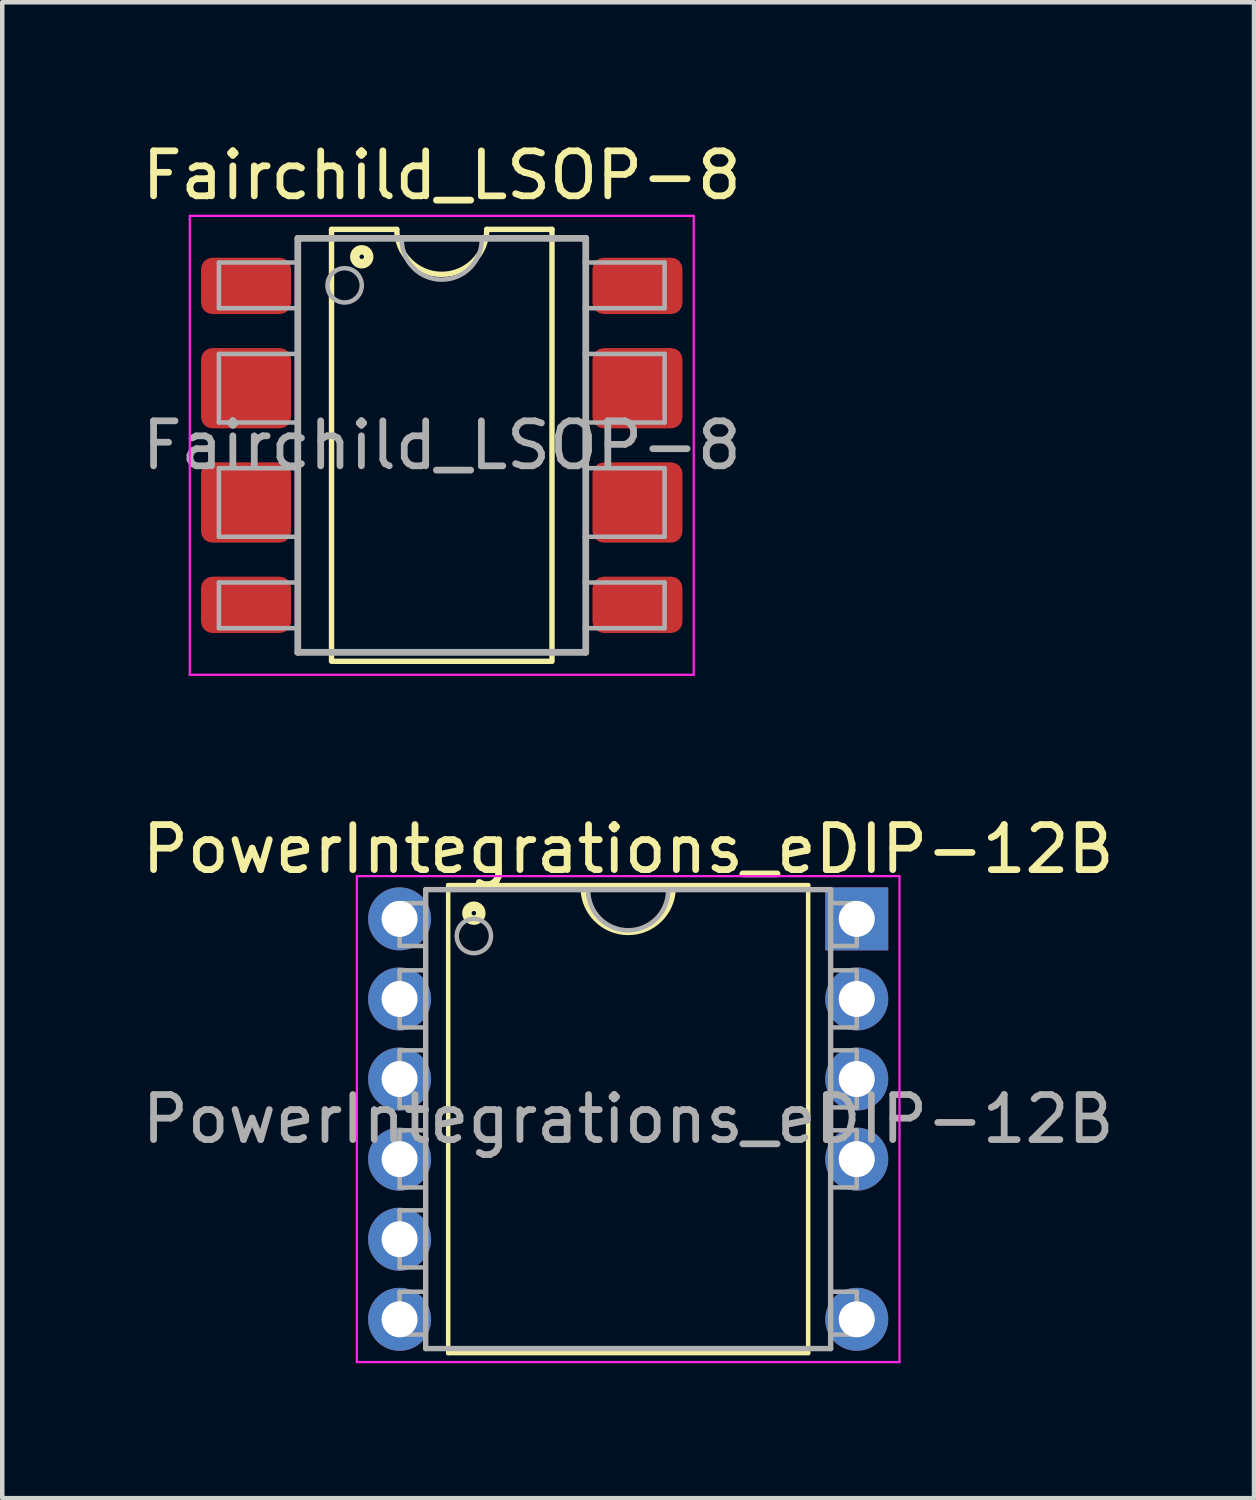
<source format=kicad_pcb>
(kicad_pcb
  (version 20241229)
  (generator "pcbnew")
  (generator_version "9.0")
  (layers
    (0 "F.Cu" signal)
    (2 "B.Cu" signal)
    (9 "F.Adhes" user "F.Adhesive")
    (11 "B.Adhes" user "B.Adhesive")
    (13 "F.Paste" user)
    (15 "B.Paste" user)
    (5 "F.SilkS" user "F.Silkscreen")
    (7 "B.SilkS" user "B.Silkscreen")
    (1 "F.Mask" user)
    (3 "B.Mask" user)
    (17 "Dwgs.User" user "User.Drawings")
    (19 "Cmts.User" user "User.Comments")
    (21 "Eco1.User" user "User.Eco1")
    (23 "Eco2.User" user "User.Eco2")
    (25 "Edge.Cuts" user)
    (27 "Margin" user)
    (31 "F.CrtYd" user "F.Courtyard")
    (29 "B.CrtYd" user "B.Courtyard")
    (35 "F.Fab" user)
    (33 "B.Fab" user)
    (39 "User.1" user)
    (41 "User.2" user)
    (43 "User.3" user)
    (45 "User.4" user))
  (footprint "Fairchild_LSOP-8"
    (layer "F.Cu")
    (at 6.768 6.848)
    (property "Reference" "Fairchild_LSOP-8" (at 0 -6 0) (layer "F.SilkS") (effects (font (size 1 1) (thickness 0.15))))
    (attr smd)
    (fp_line (start -2.45 -4.8) (end -2.45 4.8) (stroke (width 0.12) (type solid)) (layer "F.SilkS"))
    (fp_line (start -2.4 4.8) (end 2.4 4.8) (stroke (width 0.12) (type solid)) (layer "F.SilkS"))
    (fp_line (start -1 -4.8) (end -2.45 -4.8) (stroke (width 0.12) (type solid)) (layer "F.SilkS"))
    (fp_line (start 2.45 -4.8) (end 1 -4.8) (stroke (width 0.12) (type solid)) (layer "F.SilkS"))
    (fp_line (start 2.45 4.8) (end 2.45 -4.8) (stroke (width 0.12) (type solid)) (layer "F.SilkS"))
    (fp_arc (start 1 -4.8) (mid 0 -3.8) (end -1 -4.8) (stroke (width 0.12) (type solid)) (layer "F.SilkS"))
    (fp_circle (center -1.778 -4.191) (end -1.728 -4.191) (stroke (width 0.12) (type solid)) (fill no) (layer "F.SilkS"))
    (fp_circle (center -1.778 -4.191) (end -1.653 -4.191) (stroke (width 0.12) (type solid)) (fill no) (layer "F.SilkS"))
    (fp_circle (center -1.778 -4.191) (end -1.578 -4.191) (stroke (width 0.12) (type solid)) (fill no) (layer "F.SilkS"))
    (fp_line (start -5.6 -5.1) (end -5.6 5.1) (stroke (width 0.05) (type solid)) (layer "F.CrtYd"))
    (fp_line (start -5.6 -5.1) (end 5.6 -5.1) (stroke (width 0.05) (type solid)) (layer "F.CrtYd"))
    (fp_line (start -5.6 5.1) (end 5.6 5.1) (stroke (width 0.05) (type solid)) (layer "F.CrtYd"))
    (fp_line (start 5.6 -5.1) (end 5.6 5.1) (stroke (width 0.05) (type solid)) (layer "F.CrtYd"))
    (fp_line (start -4.953 -4.064) (end -4.953 -3.048) (stroke (width 0.1) (type solid)) (layer "F.Fab"))
    (fp_line (start -4.953 -2.032) (end -4.953 -0.508) (stroke (width 0.1) (type solid)) (layer "F.Fab"))
    (fp_line (start -4.953 0.508) (end -3.175 0.508) (stroke (width 0.1) (type solid)) (layer "F.Fab"))
    (fp_line (start -4.953 2.032) (end -4.953 0.508) (stroke (width 0.1) (type solid)) (layer "F.Fab"))
    (fp_line (start -4.953 2.032) (end -3.175 2.032) (stroke (width 0.1) (type solid)) (layer "F.Fab"))
    (fp_line (start -4.953 3.048) (end -3.175 3.048) (stroke (width 0.1) (type solid)) (layer "F.Fab"))
    (fp_line (start -4.953 4.064) (end -4.953 3.048) (stroke (width 0.1) (type solid)) (layer "F.Fab"))
    (fp_line (start -4.953 4.064) (end -3.175 4.064) (stroke (width 0.1) (type solid)) (layer "F.Fab"))
    (fp_line (start -3.2 -4.6) (end 3.2 -4.6) (stroke (width 0.15) (type solid)) (layer "F.Fab"))
    (fp_line (start -3.2 4.6) (end -3.2 -4.6) (stroke (width 0.15) (type solid)) (layer "F.Fab"))
    (fp_line (start -3.175 -4.064) (end -4.953 -4.064) (stroke (width 0.1) (type solid)) (layer "F.Fab"))
    (fp_line (start -3.175 -3.048) (end -4.953 -3.048) (stroke (width 0.1) (type solid)) (layer "F.Fab"))
    (fp_line (start -3.175 -2.032) (end -4.953 -2.032) (stroke (width 0.1) (type solid)) (layer "F.Fab"))
    (fp_line (start -3.175 -0.508) (end -4.953 -0.508) (stroke (width 0.1) (type solid)) (layer "F.Fab"))
    (fp_line (start 3.175 0.508) (end 4.953 0.508) (stroke (width 0.1) (type solid)) (layer "F.Fab"))
    (fp_line (start 3.175 2.032) (end 4.953 2.032) (stroke (width 0.1) (type solid)) (layer "F.Fab"))
    (fp_line (start 3.175 3.048) (end 4.953 3.048) (stroke (width 0.1) (type solid)) (layer "F.Fab"))
    (fp_line (start 3.175 4.064) (end 4.953 4.064) (stroke (width 0.1) (type solid)) (layer "F.Fab"))
    (fp_line (start 3.2 -4.6) (end 3.2 4.6) (stroke (width 0.15) (type solid)) (layer "F.Fab"))
    (fp_line (start 3.2 4.6) (end -3.2 4.6) (stroke (width 0.15) (type solid)) (layer "F.Fab"))
    (fp_line (start 4.953 -4.064) (end 3.175 -4.064) (stroke (width 0.1) (type solid)) (layer "F.Fab"))
    (fp_line (start 4.953 -4.064) (end 4.953 -3.048) (stroke (width 0.1) (type solid)) (layer "F.Fab"))
    (fp_line (start 4.953 -3.048) (end 3.175 -3.048) (stroke (width 0.1) (type solid)) (layer "F.Fab"))
    (fp_line (start 4.953 -2.032) (end 3.175 -2.032) (stroke (width 0.1) (type solid)) (layer "F.Fab"))
    (fp_line (start 4.953 -2.032) (end 4.953 -0.508) (stroke (width 0.1) (type solid)) (layer "F.Fab"))
    (fp_line (start 4.953 -0.508) (end 3.175 -0.508) (stroke (width 0.1) (type solid)) (layer "F.Fab"))
    (fp_line (start 4.953 2.032) (end 4.953 0.508) (stroke (width 0.1) (type solid)) (layer "F.Fab"))
    (fp_line (start 4.953 4.064) (end 4.953 3.048) (stroke (width 0.1) (type solid)) (layer "F.Fab"))
    (fp_arc (start 0.889 -4.572) (mid 0 -3.683) (end -0.889 -4.572) (stroke (width 0.1) (type solid)) (layer "F.Fab"))
    (fp_circle (center -2.159 -3.556) (end -1.778 -3.556) (stroke (width 0.1) (type solid)) (fill no) (layer "F.Fab"))
    (fp_text user "${REFERENCE}" (at 0 0 0) (layer "F.Fab") (effects (font (size 1 1) (thickness 0.15))))
    (pad "1" smd roundrect (at -4.35 -3.81) (size 2 1.252) (drill (offset 0 0.266)) (layers "F.Cu" "F.Mask" "F.Paste") (roundrect_rratio 0.2))
    (pad "2" smd roundrect (at -4.35 -1.27) (size 2 1.784) (layers "F.Cu" "F.Mask" "F.Paste") (roundrect_rratio 0.14))
    (pad "3" smd roundrect (at -4.35 1.27) (size 2 1.784) (layers "F.Cu" "F.Mask" "F.Paste") (roundrect_rratio 0.14))
    (pad "4" smd roundrect (at -4.35 3.81) (size 2 1.252) (drill (offset 0 -0.266)) (layers "F.Cu" "F.Mask" "F.Paste") (roundrect_rratio 0.2))
    (pad "5" smd roundrect (at 4.35 3.81) (size 2 1.252) (drill (offset 0 -0.266)) (layers "F.Cu" "F.Mask" "F.Paste") (roundrect_rratio 0.2))
    (pad "6" smd roundrect (at 4.35 1.27) (size 2 1.784) (layers "F.Cu" "F.Mask" "F.Paste") (roundrect_rratio 0.14))
    (pad "7" smd roundrect (at 4.35 -1.27) (size 2 1.784) (layers "F.Cu" "F.Mask" "F.Paste") (roundrect_rratio 0.14))
    (pad "8" smd roundrect (at 4.35 -3.81) (size 2 1.252) (drill (offset 0 0.266)) (layers "F.Cu" "F.Mask" "F.Paste") (roundrect_rratio 0.2)))
  (footprint "PowerIntegrations_eDIP-12B"
    (layer "F.Cu")
    (at 15.991 17.372)
    (property "Reference" "PowerIntegrations_eDIP-12B" (at -5.08 -1.55 0) (layer "F.SilkS") (effects (font (size 1 1) (thickness 0.15))))
    (attr through_hole)
    (fp_line (start -9.08 -0.75) (end -9.08 9.65) (stroke (width 0.1) (type solid)) (layer "F.SilkS"))
    (fp_line (start -9.08 9.65) (end -1.08 9.65) (stroke (width 0.1) (type solid)) (layer "F.SilkS"))
    (fp_line (start -1.08 -0.75) (end -9.08 -0.75) (stroke (width 0.1) (type solid)) (layer "F.SilkS"))
    (fp_line (start -1.08 9.65) (end -1.08 -0.75) (stroke (width 0.1) (type solid)) (layer "F.SilkS"))
    (fp_arc (start -4.08 -0.6985) (mid -5.08 0.3015) (end -6.08 -0.6985) (stroke (width 0.12) (type solid)) (layer "F.SilkS"))
    (fp_circle (center -8.509 -0.127) (end -8.459 -0.127) (stroke (width 0.12) (type solid)) (fill no) (layer "F.SilkS"))
    (fp_circle (center -8.509 -0.127) (end -8.384 -0.127) (stroke (width 0.12) (type solid)) (fill no) (layer "F.SilkS"))
    (fp_circle (center -8.509 -0.127) (end -8.309 -0.127) (stroke (width 0.12) (type solid)) (fill no) (layer "F.SilkS"))
    (fp_line (start -11.11 -0.95) (end -11.11 9.85) (stroke (width 0.05) (type solid)) (layer "F.CrtYd"))
    (fp_line (start -11.11 -0.95) (end 0.95 -0.95) (stroke (width 0.05) (type solid)) (layer "F.CrtYd"))
    (fp_line (start 0.95 9.85) (end -11.11 9.85) (stroke (width 0.05) (type solid)) (layer "F.CrtYd"))
    (fp_line (start 0.95 9.85) (end 0.95 -0.95) (stroke (width 0.05) (type solid)) (layer "F.CrtYd"))
    (fp_line (start -10.16 -0.349) (end -10.16 0.603) (stroke (width 0.1) (type solid)) (layer "F.Fab"))
    (fp_line (start -10.16 -0.349) (end -9.58 -0.349) (stroke (width 0.1) (type solid)) (layer "F.Fab"))
    (fp_line (start -10.16 0.603) (end -9.588 0.603) (stroke (width 0.1) (type solid)) (layer "F.Fab"))
    (fp_line (start -10.16 1.143) (end -10.16 2.413) (stroke (width 0.1) (type solid)) (layer "F.Fab"))
    (fp_line (start -10.16 1.143) (end -9.588 1.143) (stroke (width 0.1) (type solid)) (layer "F.Fab"))
    (fp_line (start -10.16 2.413) (end -9.588 2.413) (stroke (width 0.1) (type solid)) (layer "F.Fab"))
    (fp_line (start -10.16 2.921) (end -10.16 4.191) (stroke (width 0.1) (type solid)) (layer "F.Fab"))
    (fp_line (start -10.16 2.921) (end -9.588 2.921) (stroke (width 0.1) (type solid)) (layer "F.Fab"))
    (fp_line (start -10.16 4.191) (end -9.588 4.191) (stroke (width 0.1) (type solid)) (layer "F.Fab"))
    (fp_line (start -10.16 4.699) (end -10.16 5.969) (stroke (width 0.1) (type solid)) (layer "F.Fab"))
    (fp_line (start -10.16 4.699) (end -9.588 4.699) (stroke (width 0.1) (type solid)) (layer "F.Fab"))
    (fp_line (start -10.16 5.969) (end -9.588 5.969) (stroke (width 0.1) (type solid)) (layer "F.Fab"))
    (fp_line (start -10.16 6.477) (end -10.16 7.747) (stroke (width 0.1) (type solid)) (layer "F.Fab"))
    (fp_line (start -10.16 6.477) (end -9.588 6.477) (stroke (width 0.1) (type solid)) (layer "F.Fab"))
    (fp_line (start -10.16 7.747) (end -9.588 7.747) (stroke (width 0.1) (type solid)) (layer "F.Fab"))
    (fp_line (start -10.16 8.287) (end -10.16 9.239) (stroke (width 0.1) (type solid)) (layer "F.Fab"))
    (fp_line (start -10.16 8.287) (end -9.58 8.287) (stroke (width 0.1) (type solid)) (layer "F.Fab"))
    (fp_line (start -10.16 9.239) (end -9.588 9.239) (stroke (width 0.1) (type solid)) (layer "F.Fab"))
    (fp_line (start -9.58 -0.65) (end -9.58 9.55) (stroke (width 0.12) (type solid)) (layer "F.Fab"))
    (fp_line (start -9.58 9.55) (end -0.58 9.55) (stroke (width 0.12) (type solid)) (layer "F.Fab"))
    (fp_line (start -0.58 -0.65) (end -9.58 -0.65) (stroke (width 0.12) (type solid)) (layer "F.Fab"))
    (fp_line (start -0.58 9.55) (end -0.58 -0.65) (stroke (width 0.12) (type solid)) (layer "F.Fab"))
    (fp_line (start 0 -0.349) (end -0.572 -0.349) (stroke (width 0.1) (type solid)) (layer "F.Fab"))
    (fp_line (start 0 0.603) (end -0.58 0.603) (stroke (width 0.1) (type solid)) (layer "F.Fab"))
    (fp_line (start 0 0.603) (end 0 -0.349) (stroke (width 0.1) (type solid)) (layer "F.Fab"))
    (fp_line (start 0 1.143) (end -0.572 1.143) (stroke (width 0.1) (type solid)) (layer "F.Fab"))
    (fp_line (start 0 2.413) (end -0.572 2.413) (stroke (width 0.1) (type solid)) (layer "F.Fab"))
    (fp_line (start 0 2.413) (end 0 1.143) (stroke (width 0.1) (type solid)) (layer "F.Fab"))
    (fp_line (start 0 2.921) (end -0.572 2.921) (stroke (width 0.1) (type solid)) (layer "F.Fab"))
    (fp_line (start 0 4.191) (end -0.572 4.191) (stroke (width 0.1) (type solid)) (layer "F.Fab"))
    (fp_line (start 0 4.191) (end 0 2.921) (stroke (width 0.1) (type solid)) (layer "F.Fab"))
    (fp_line (start 0 4.699) (end -0.572 4.699) (stroke (width 0.1) (type solid)) (layer "F.Fab"))
    (fp_line (start 0 5.969) (end -0.572 5.969) (stroke (width 0.1) (type solid)) (layer "F.Fab"))
    (fp_line (start 0 5.969) (end 0 4.699) (stroke (width 0.1) (type solid)) (layer "F.Fab"))
    (fp_line (start 0 8.287) (end -0.572 8.287) (stroke (width 0.1) (type solid)) (layer "F.Fab"))
    (fp_line (start 0 9.239) (end -0.58 9.239) (stroke (width 0.1) (type solid)) (layer "F.Fab"))
    (fp_line (start 0 9.239) (end 0 8.287) (stroke (width 0.1) (type solid)) (layer "F.Fab"))
    (fp_arc (start -4.191 -0.635) (mid -5.08 0.254) (end -5.969 -0.635) (stroke (width 0.1) (type solid)) (layer "F.Fab"))
    (fp_circle (center -8.509 0.381) (end -8.128 0.381) (stroke (width 0.1) (type solid)) (fill no) (layer "F.Fab"))
    (fp_text user "${REFERENCE}" (at -5.08 4.45 0) (layer "F.Fab") (effects (font (size 1 1) (thickness 0.15))))
    (pad "1" thru_hole rect (at 0 0) (size 1.4 1.4) (drill 0.8) (layers "*.Cu" "*.Mask"))
    (pad "2" thru_hole oval (at 0 1.78) (size 1.4 1.4) (drill 0.8) (layers "*.Cu" "*.Mask"))
    (pad "3" thru_hole oval (at 0 3.56) (size 1.4 1.4) (drill 0.8) (layers "*.Cu" "*.Mask"))
    (pad "4" thru_hole oval (at 0 5.34) (size 1.4 1.4) (drill 0.8) (layers "*.Cu" "*.Mask"))
    (pad "6" thru_hole oval (at 0 8.9) (size 1.4 1.4) (drill 0.8) (layers "*.Cu" "*.Mask"))
    (pad "7" thru_hole oval (at -10.16 8.9) (size 1.4 1.4) (drill 0.8) (layers "*.Cu" "*.Mask"))
    (pad "8" thru_hole oval (at -10.16 7.12) (size 1.4 1.4) (drill 0.8) (layers "*.Cu" "*.Mask"))
    (pad "9" thru_hole oval (at -10.16 5.34) (size 1.4 1.4) (drill 0.8) (layers "*.Cu" "*.Mask"))
    (pad "10" thru_hole oval (at -10.16 3.56) (size 1.4 1.4) (drill 0.8) (layers "*.Cu" "*.Mask"))
    (pad "11" thru_hole oval (at -10.16 1.78) (size 1.4 1.4) (drill 0.8) (layers "*.Cu" "*.Mask"))
    (pad "12" thru_hole circle (at -10.16 0) (size 1.4 1.4) (drill 0.8) (layers "*.Cu" "*.Mask")))
  (gr_rect
    (start -3 -3)
    (end 24.821 30.247)
    (stroke (width 0.1) (type default))
    (fill no)
    (layer "Edge.Cuts")))
</source>
